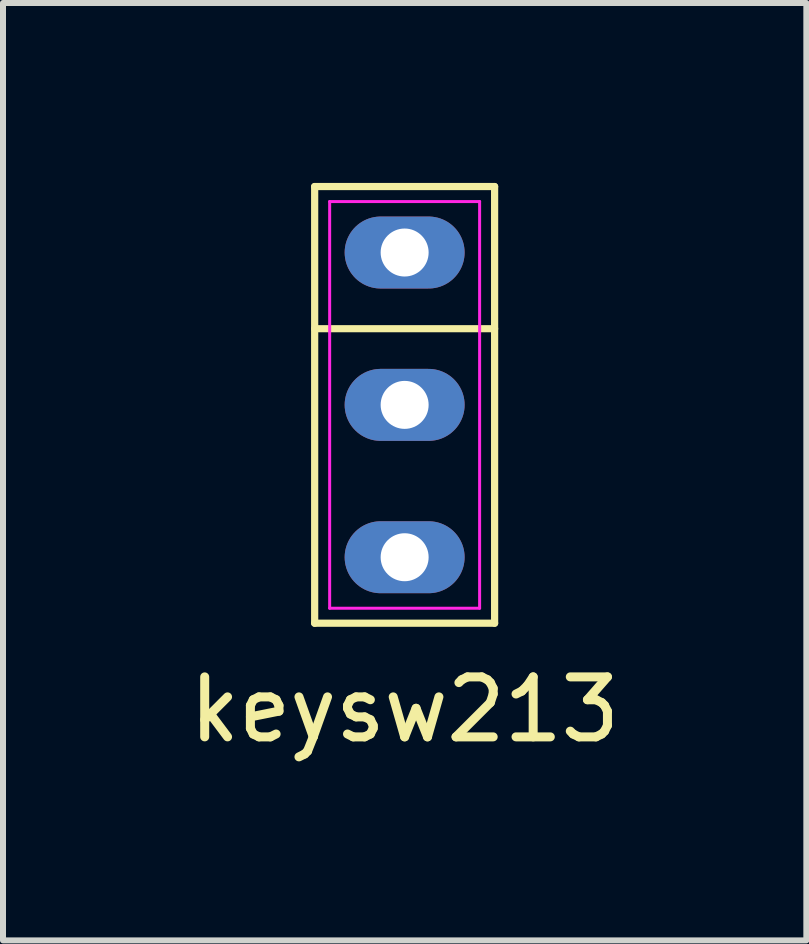
<source format=kicad_pcb>
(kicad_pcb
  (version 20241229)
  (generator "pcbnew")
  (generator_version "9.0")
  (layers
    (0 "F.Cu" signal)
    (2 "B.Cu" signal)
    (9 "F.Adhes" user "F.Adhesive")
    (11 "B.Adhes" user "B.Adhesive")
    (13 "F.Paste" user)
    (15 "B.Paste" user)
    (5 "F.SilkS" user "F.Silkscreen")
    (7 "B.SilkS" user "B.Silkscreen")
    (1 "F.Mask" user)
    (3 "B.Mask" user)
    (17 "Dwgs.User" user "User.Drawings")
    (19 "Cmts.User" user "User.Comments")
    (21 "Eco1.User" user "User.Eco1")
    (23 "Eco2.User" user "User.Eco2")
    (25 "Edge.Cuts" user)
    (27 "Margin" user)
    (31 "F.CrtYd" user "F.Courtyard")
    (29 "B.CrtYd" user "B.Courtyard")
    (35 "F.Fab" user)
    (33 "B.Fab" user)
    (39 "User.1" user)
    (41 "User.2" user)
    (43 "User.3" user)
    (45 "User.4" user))
  (footprint "keysw213"
    (layer "F.Cu")
    (at 3.696 3.7)
    (property "Reference" "keysw213" (at 0 5.08 0) (layer "F.SilkS") (effects (font (size 1 1) (thickness 0.15))))
    (attr through_hole)
    (fp_line (start -1.5 -3.64) (end 1.5 -3.64) (stroke (width 0.12) (type solid)) (layer "F.SilkS"))
    (fp_line (start -1.5 3.64) (end -1.5 -3.64) (stroke (width 0.12) (type solid)) (layer "F.SilkS"))
    (fp_line (start 1.5 -3.64) (end 1.5 3.64) (stroke (width 0.12) (type solid)) (layer "F.SilkS"))
    (fp_line (start 1.5 -1.27) (end -1.5 -1.27) (stroke (width 0.12) (type solid)) (layer "F.SilkS"))
    (fp_line (start 1.5 3.64) (end -1.5 3.64) (stroke (width 0.12) (type solid)) (layer "F.SilkS"))
    (fp_line (start -1.25 -3.39) (end 1.25 -3.39) (stroke (width 0.05) (type solid)) (layer "F.CrtYd"))
    (fp_line (start -1.25 3.39) (end -1.25 -3.39) (stroke (width 0.05) (type solid)) (layer "F.CrtYd"))
    (fp_line (start 1.25 -3.39) (end 1.25 3.39) (stroke (width 0.05) (type solid)) (layer "F.CrtYd"))
    (fp_line (start 1.25 3.39) (end -1.25 3.39) (stroke (width 0.05) (type solid)) (layer "F.CrtYd"))
    (pad "1" thru_hole oval (at 0 0 270) (size 1.2 2) (drill 0.8) (layers "*.Cu" "*.Mask"))
    (pad "2" thru_hole oval (at 0 -2.54 270) (size 1.2 2) (drill 0.8) (layers "*.Cu" "*.Mask"))
    (pad "3" thru_hole oval (at 0 2.54 270) (size 1.2 2) (drill 0.8) (layers "*.Cu" "*.Mask")))
  (gr_rect
    (start -3 -3)
    (end 10.393 12.628)
    (stroke (width 0.1) (type default))
    (fill no)
    (layer "Edge.Cuts")))
</source>
